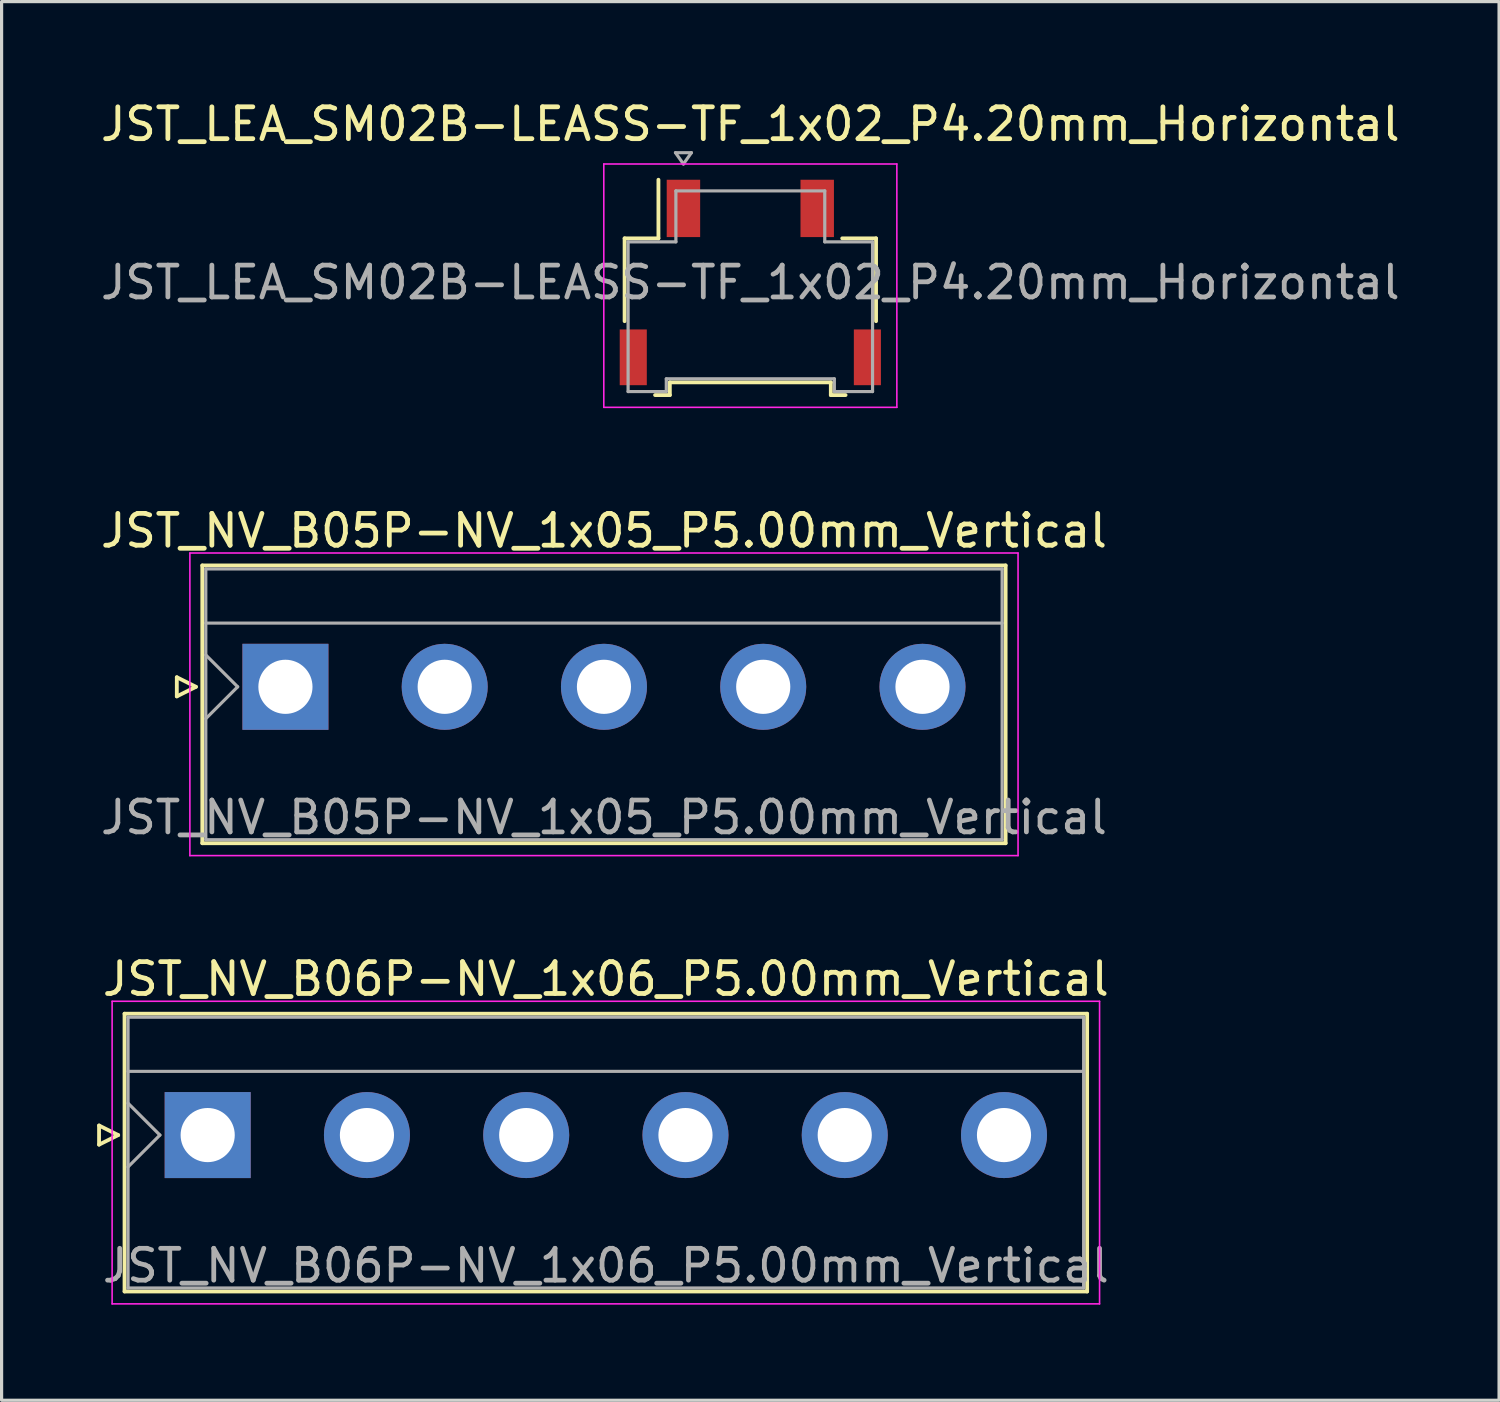
<source format=kicad_pcb>
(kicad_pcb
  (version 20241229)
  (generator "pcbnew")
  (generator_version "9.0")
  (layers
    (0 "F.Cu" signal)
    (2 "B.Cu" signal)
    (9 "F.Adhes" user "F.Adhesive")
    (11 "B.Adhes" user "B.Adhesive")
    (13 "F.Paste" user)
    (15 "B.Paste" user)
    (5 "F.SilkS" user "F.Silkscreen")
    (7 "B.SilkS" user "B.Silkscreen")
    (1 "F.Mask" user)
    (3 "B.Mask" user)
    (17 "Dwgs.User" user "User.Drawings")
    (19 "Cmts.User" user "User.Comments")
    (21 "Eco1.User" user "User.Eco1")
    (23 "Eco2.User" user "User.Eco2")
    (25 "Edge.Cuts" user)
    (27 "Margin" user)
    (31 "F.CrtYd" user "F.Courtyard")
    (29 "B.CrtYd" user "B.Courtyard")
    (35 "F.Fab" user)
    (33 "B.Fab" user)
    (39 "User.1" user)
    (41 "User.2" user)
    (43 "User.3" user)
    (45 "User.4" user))
  (footprint "JST_LEA_SM02B-LEASS-TF_1x02_P4.20mm_Horizontal"
    (layer "F.Cu")
    (at 20.506 5.818)
    (property "Reference" "JST_LEA_SM02B-LEASS-TF_1x02_P4.20mm_Horizontal" (at 0 -4.97 0) (layer "F.SilkS") (effects (font (size 1 1) (thickness 0.15))))
    (attr smd)
    (fp_line (start -3.947 -1.385) (end -2.885 -1.385) (stroke (width 0.12) (type solid)) (layer "F.SilkS"))
    (fp_line (start -3.947 1.215) (end -3.947 -1.385) (stroke (width 0.12) (type solid)) (layer "F.SilkS"))
    (fp_line (start -2.99 3.535) (end -2.527 3.535) (stroke (width 0.12) (type solid)) (layer "F.SilkS"))
    (fp_line (start -2.885 -1.385) (end -2.885 -3.225) (stroke (width 0.12) (type solid)) (layer "F.SilkS"))
    (fp_line (start -2.527 3.135) (end 2.527 3.135) (stroke (width 0.12) (type solid)) (layer "F.SilkS"))
    (fp_line (start -2.527 3.535) (end -2.527 3.135) (stroke (width 0.12) (type solid)) (layer "F.SilkS"))
    (fp_line (start 2.527 3.135) (end 2.527 3.535) (stroke (width 0.12) (type solid)) (layer "F.SilkS"))
    (fp_line (start 2.527 3.535) (end 2.99 3.535) (stroke (width 0.12) (type solid)) (layer "F.SilkS"))
    (fp_line (start 3.947 -1.385) (end 2.885 -1.385) (stroke (width 0.12) (type solid)) (layer "F.SilkS"))
    (fp_line (start 3.947 1.215) (end 3.947 -1.385) (stroke (width 0.12) (type solid)) (layer "F.SilkS"))
    (fp_line (start -4.6 -3.72) (end -4.6 3.92) (stroke (width 0.05) (type solid)) (layer "F.CrtYd"))
    (fp_line (start -4.6 3.92) (end 4.6 3.92) (stroke (width 0.05) (type solid)) (layer "F.CrtYd"))
    (fp_line (start 4.6 -3.72) (end -4.6 -3.72) (stroke (width 0.05) (type solid)) (layer "F.CrtYd"))
    (fp_line (start 4.6 3.92) (end 4.6 -3.72) (stroke (width 0.05) (type solid)) (layer "F.CrtYd"))
    (fp_line (start -3.837 -1.275) (end -3.837 3.425) (stroke (width 0.1) (type solid)) (layer "F.Fab"))
    (fp_line (start -3.837 -1.275) (end -2.337 -1.275) (stroke (width 0.1) (type solid)) (layer "F.Fab"))
    (fp_line (start -3.837 3.425) (end -2.638 3.425) (stroke (width 0.1) (type solid)) (layer "F.Fab"))
    (fp_line (start -2.638 3.025) (end 2.638 3.025) (stroke (width 0.1) (type solid)) (layer "F.Fab"))
    (fp_line (start -2.638 3.425) (end -2.638 3.025) (stroke (width 0.1) (type solid)) (layer "F.Fab"))
    (fp_line (start -2.35 -4.074) (end -2.1 -3.72) (stroke (width 0.1) (type solid)) (layer "F.Fab"))
    (fp_line (start -2.337 -2.875) (end 2.337 -2.875) (stroke (width 0.1) (type solid)) (layer "F.Fab"))
    (fp_line (start -2.337 -1.275) (end -2.337 -2.875) (stroke (width 0.1) (type solid)) (layer "F.Fab"))
    (fp_line (start -2.1 -3.72) (end -1.85 -4.074) (stroke (width 0.1) (type solid)) (layer "F.Fab"))
    (fp_line (start -1.85 -4.074) (end -2.35 -4.074) (stroke (width 0.1) (type solid)) (layer "F.Fab"))
    (fp_line (start 2.337 -2.875) (end 2.337 -1.275) (stroke (width 0.1) (type solid)) (layer "F.Fab"))
    (fp_line (start 2.337 -1.275) (end 3.837 -1.275) (stroke (width 0.1) (type solid)) (layer "F.Fab"))
    (fp_line (start 2.638 3.025) (end 2.638 3.425) (stroke (width 0.1) (type solid)) (layer "F.Fab"))
    (fp_line (start 2.638 3.425) (end 3.837 3.425) (stroke (width 0.1) (type solid)) (layer "F.Fab"))
    (fp_line (start 3.837 -1.275) (end 3.837 3.425) (stroke (width 0.1) (type solid)) (layer "F.Fab"))
    (fp_text user "${REFERENCE}" (at 0 0 0) (layer "F.Fab") (effects (font (size 1 1) (thickness 0.15))))
    (pad "" smd rect (at -3.675 2.35) (size 0.85 1.75) (layers "F.Cu" "F.Mask" "F.Paste"))
    (pad "" smd rect (at 3.675 2.35) (size 0.85 1.75) (layers "F.Cu" "F.Mask" "F.Paste"))
    (pad "1" smd rect (at -2.1 -2.325) (size 1.05 1.8) (layers "F.Cu" "F.Mask" "F.Paste"))
    (pad "2" smd rect (at 2.1 -2.325) (size 1.05 1.8) (layers "F.Cu" "F.Mask" "F.Paste")))
  (footprint "JST_NV_B06P-NV_1x06_P5.00mm_Vertical"
    (layer "F.Cu")
    (at 3.47 32.585)
    (property "Reference" "JST_NV_B06P-NV_1x06_P5.00mm_Vertical" (at 12.5 -4.9 0) (layer "F.SilkS") (effects (font (size 1 1) (thickness 0.15))))
    (attr through_hole)
    (fp_line (start -3.41 -0.3) (end -2.81 0) (stroke (width 0.12) (type solid)) (layer "F.SilkS"))
    (fp_line (start -3.41 0.3) (end -3.41 -0.3) (stroke (width 0.12) (type solid)) (layer "F.SilkS"))
    (fp_line (start -2.81 0) (end -3.41 0.3) (stroke (width 0.12) (type solid)) (layer "F.SilkS"))
    (fp_line (start -2.61 -3.81) (end -2.61 4.91) (stroke (width 0.12) (type solid)) (layer "F.SilkS"))
    (fp_line (start -2.61 4.91) (end 27.61 4.91) (stroke (width 0.12) (type solid)) (layer "F.SilkS"))
    (fp_line (start 27.61 -3.81) (end -2.61 -3.81) (stroke (width 0.12) (type solid)) (layer "F.SilkS"))
    (fp_line (start 27.61 4.91) (end 27.61 -3.81) (stroke (width 0.12) (type solid)) (layer "F.SilkS"))
    (fp_line (start -3 -4.2) (end -3 5.3) (stroke (width 0.05) (type solid)) (layer "F.CrtYd"))
    (fp_line (start -3 5.3) (end 28 5.3) (stroke (width 0.05) (type solid)) (layer "F.CrtYd"))
    (fp_line (start 28 -4.2) (end -3 -4.2) (stroke (width 0.05) (type solid)) (layer "F.CrtYd"))
    (fp_line (start 28 5.3) (end 28 -4.2) (stroke (width 0.05) (type solid)) (layer "F.CrtYd"))
    (fp_line (start -2.5 -3.7) (end -2.5 4.8) (stroke (width 0.1) (type solid)) (layer "F.Fab"))
    (fp_line (start -2.5 -2) (end 27.5 -2) (stroke (width 0.1) (type solid)) (layer "F.Fab"))
    (fp_line (start -2.5 -1) (end -1.5 0) (stroke (width 0.1) (type solid)) (layer "F.Fab"))
    (fp_line (start -2.5 1) (end -1.5 0) (stroke (width 0.1) (type solid)) (layer "F.Fab"))
    (fp_line (start -2.5 4.8) (end 27.5 4.8) (stroke (width 0.1) (type solid)) (layer "F.Fab"))
    (fp_line (start 27.5 -3.7) (end -2.5 -3.7) (stroke (width 0.1) (type solid)) (layer "F.Fab"))
    (fp_line (start 27.5 4.8) (end 27.5 -3.7) (stroke (width 0.1) (type solid)) (layer "F.Fab"))
    (fp_text user "${REFERENCE}" (at 12.5 4.1 0) (layer "F.Fab") (effects (font (size 1 1) (thickness 0.15))))
    (pad "1" thru_hole rect (at 0 0) (size 2.7 2.7) (drill 1.7) (layers "*.Cu" "*.Mask"))
    (pad "2" thru_hole circle (at 5 0) (size 2.7 2.7) (drill 1.7) (layers "*.Cu" "*.Mask"))
    (pad "3" thru_hole circle (at 10 0) (size 2.7 2.7) (drill 1.7) (layers "*.Cu" "*.Mask"))
    (pad "4" thru_hole circle (at 15 0) (size 2.7 2.7) (drill 1.7) (layers "*.Cu" "*.Mask"))
    (pad "5" thru_hole circle (at 20 0) (size 2.7 2.7) (drill 1.7) (layers "*.Cu" "*.Mask"))
    (pad "6" thru_hole circle (at 25 0) (size 2.7 2.7) (drill 1.7) (layers "*.Cu" "*.Mask")))
  (footprint "JST_NV_B05P-NV_1x05_P5.00mm_Vertical"
    (layer "F.Cu")
    (at 5.911 18.512)
    (property "Reference" "JST_NV_B05P-NV_1x05_P5.00mm_Vertical" (at 10 -4.9 0) (layer "F.SilkS") (effects (font (size 1 1) (thickness 0.15))))
    (attr through_hole)
    (fp_line (start -3.41 -0.3) (end -2.81 0) (stroke (width 0.12) (type solid)) (layer "F.SilkS"))
    (fp_line (start -3.41 0.3) (end -3.41 -0.3) (stroke (width 0.12) (type solid)) (layer "F.SilkS"))
    (fp_line (start -2.81 0) (end -3.41 0.3) (stroke (width 0.12) (type solid)) (layer "F.SilkS"))
    (fp_line (start -2.61 -3.81) (end -2.61 4.91) (stroke (width 0.12) (type solid)) (layer "F.SilkS"))
    (fp_line (start -2.61 4.91) (end 22.61 4.91) (stroke (width 0.12) (type solid)) (layer "F.SilkS"))
    (fp_line (start 22.61 -3.81) (end -2.61 -3.81) (stroke (width 0.12) (type solid)) (layer "F.SilkS"))
    (fp_line (start 22.61 4.91) (end 22.61 -3.81) (stroke (width 0.12) (type solid)) (layer "F.SilkS"))
    (fp_line (start -3 -4.2) (end -3 5.3) (stroke (width 0.05) (type solid)) (layer "F.CrtYd"))
    (fp_line (start -3 5.3) (end 23 5.3) (stroke (width 0.05) (type solid)) (layer "F.CrtYd"))
    (fp_line (start 23 -4.2) (end -3 -4.2) (stroke (width 0.05) (type solid)) (layer "F.CrtYd"))
    (fp_line (start 23 5.3) (end 23 -4.2) (stroke (width 0.05) (type solid)) (layer "F.CrtYd"))
    (fp_line (start -2.5 -3.7) (end -2.5 4.8) (stroke (width 0.1) (type solid)) (layer "F.Fab"))
    (fp_line (start -2.5 -2) (end 22.5 -2) (stroke (width 0.1) (type solid)) (layer "F.Fab"))
    (fp_line (start -2.5 -1) (end -1.5 0) (stroke (width 0.1) (type solid)) (layer "F.Fab"))
    (fp_line (start -2.5 1) (end -1.5 0) (stroke (width 0.1) (type solid)) (layer "F.Fab"))
    (fp_line (start -2.5 4.8) (end 22.5 4.8) (stroke (width 0.1) (type solid)) (layer "F.Fab"))
    (fp_line (start 22.5 -3.7) (end -2.5 -3.7) (stroke (width 0.1) (type solid)) (layer "F.Fab"))
    (fp_line (start 22.5 4.8) (end 22.5 -3.7) (stroke (width 0.1) (type solid)) (layer "F.Fab"))
    (fp_text user "${REFERENCE}" (at 10 4.1 0) (layer "F.Fab") (effects (font (size 1 1) (thickness 0.15))))
    (pad "1" thru_hole rect (at 0 0) (size 2.7 2.7) (drill 1.7) (layers "*.Cu" "*.Mask"))
    (pad "2" thru_hole circle (at 5 0) (size 2.7 2.7) (drill 1.7) (layers "*.Cu" "*.Mask"))
    (pad "3" thru_hole circle (at 10 0) (size 2.7 2.7) (drill 1.7) (layers "*.Cu" "*.Mask"))
    (pad "4" thru_hole circle (at 15 0) (size 2.7 2.7) (drill 1.7) (layers "*.Cu" "*.Mask"))
    (pad "5" thru_hole circle (at 20 0) (size 2.7 2.7) (drill 1.7) (layers "*.Cu" "*.Mask")))
  (gr_rect
    (start -3 -3)
    (end 44.012 40.91)
    (stroke (width 0.1) (type default))
    (fill no)
    (layer "Edge.Cuts")))
</source>
